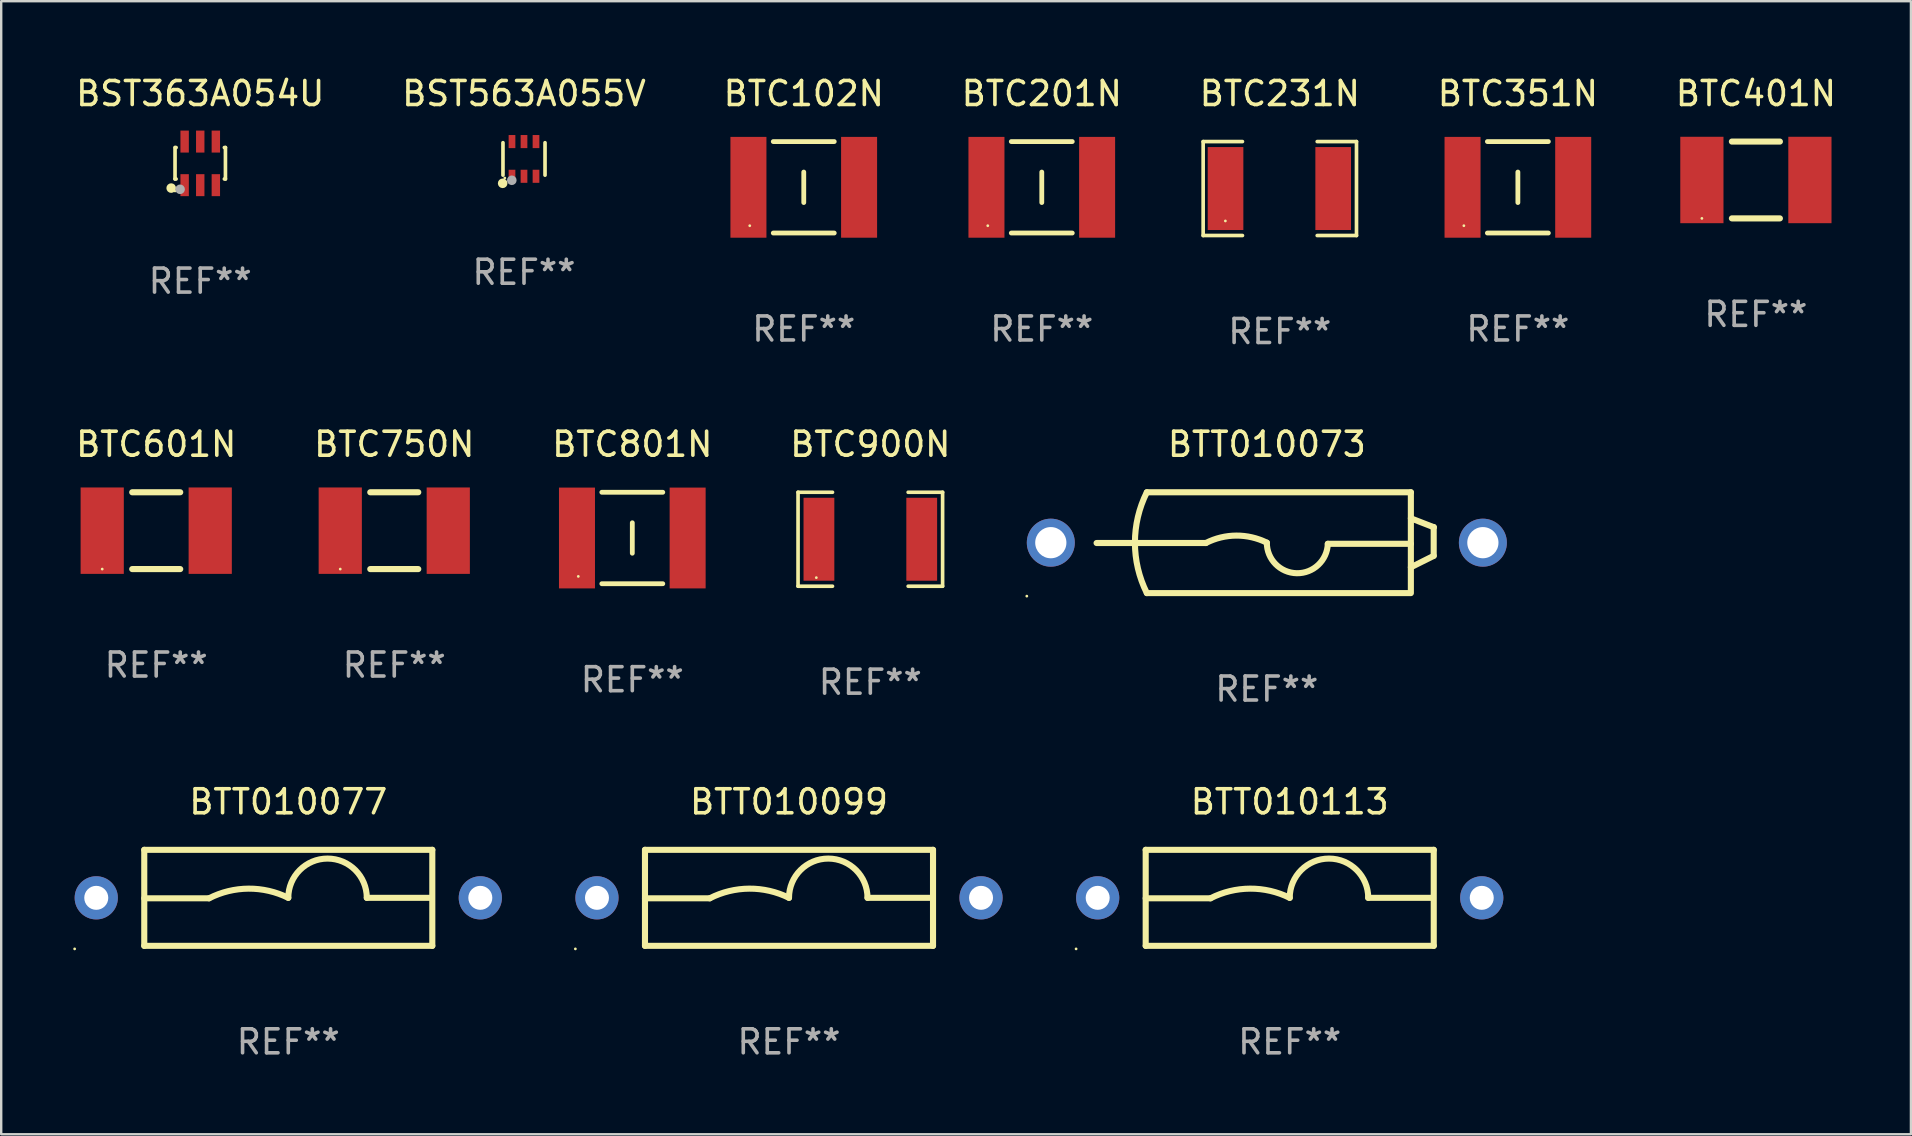
<source format=kicad_pcb>
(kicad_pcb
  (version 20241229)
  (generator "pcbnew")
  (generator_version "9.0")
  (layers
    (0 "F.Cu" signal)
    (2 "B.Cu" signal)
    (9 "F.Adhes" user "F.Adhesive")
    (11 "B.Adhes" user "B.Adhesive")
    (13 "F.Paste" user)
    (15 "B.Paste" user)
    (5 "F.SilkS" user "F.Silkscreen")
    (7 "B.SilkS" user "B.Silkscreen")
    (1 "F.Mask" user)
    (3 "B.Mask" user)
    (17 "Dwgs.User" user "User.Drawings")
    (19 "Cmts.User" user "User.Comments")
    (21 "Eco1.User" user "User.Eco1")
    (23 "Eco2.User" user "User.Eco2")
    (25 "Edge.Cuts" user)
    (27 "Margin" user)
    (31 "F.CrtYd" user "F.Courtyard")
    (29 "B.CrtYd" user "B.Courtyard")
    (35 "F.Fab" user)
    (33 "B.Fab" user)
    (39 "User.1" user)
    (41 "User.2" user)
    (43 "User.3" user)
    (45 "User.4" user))
  (footprint "BTC801N"
    (layer "F.Cu")
    (at 23.292 19.363)
    (property "Reference" "BTC801N" (at 0 -3.905 0) (layer "F.SilkS") (effects (font (size 1 1) (thickness 0.15))))
    (attr through_hole)
    (fp_line (start -1.27 -1.905) (end 1.27 -1.905) (stroke (width 0.2) (type solid)) (layer "F.SilkS"))
    (fp_line (start -1.27 1.905) (end 1.27 1.905) (stroke (width 0.2) (type solid)) (layer "F.SilkS"))
    (fp_line (start 0.000051 -0.635) (end 0.000051 0.635) (stroke (width 0.2) (type solid)) (layer "F.SilkS"))
    (fp_circle (center -2.25 1.6) (end -2.22 1.6) (stroke (width 0.06) (type solid)) (fill no) (layer "F.SilkS"))
    (fp_text user "REF**" (at 0 5.905 0) (layer "F.Fab") (effects (font (size 1 1) (thickness 0.15))))
    (pad "1" smd rect (at -2.305 0) (size 1.5 4.2) (layers "F.Cu" "F.Mask" "F.Paste"))
    (pad "2" smd rect (at 2.305 0) (size 1.5 4.2) (layers "F.Cu" "F.Mask" "F.Paste")))
  (footprint "BST563A055V"
    (layer "F.Cu")
    (at 18.78 3.571)
    (property "Reference" "BST563A055V" (at 0 -2.723 0) (layer "F.SilkS") (effects (font (size 1 1) (thickness 0.15))))
    (attr through_hole)
    (fp_line (start -0.876 0.676) (end -0.876 -0.676) (stroke (width 0.152) (type solid)) (layer "F.SilkS"))
    (fp_line (start 0.876 0.676) (end 0.876 -0.676) (stroke (width 0.152) (type solid)) (layer "F.SilkS"))
    (fp_circle (center -0.889 1.016) (end -0.789 1.016) (stroke (width 0.2) (type solid)) (fill no) (layer "F.SilkS"))
    (fp_circle (center -0.8 0.795) (end -0.77 0.795) (stroke (width 0.06) (type solid)) (fill no) (layer "F.SilkS"))
    (fp_circle (center -0.508 0.889) (end -0.408 0.889) (stroke (width 0.2) (type solid)) (fill no) (layer "F.Fab"))
    (fp_text user "REF**" (at 0 4.723 0) (layer "F.Fab") (effects (font (size 1 1) (thickness 0.15))))
    (pad "1" smd rect (at -0.5 0.723) (size 0.28 0.545) (layers "F.Cu" "F.Mask" "F.Paste"))
    (pad "2" smd rect (at 0 0.723) (size 0.28 0.545) (layers "F.Cu" "F.Mask" "F.Paste"))
    (pad "3" smd rect (at 0.5 0.723) (size 0.28 0.545) (layers "F.Cu" "F.Mask" "F.Paste"))
    (pad "4" smd rect (at 0.5 -0.723) (size 0.28 0.545) (layers "F.Cu" "F.Mask" "F.Paste"))
    (pad "5" smd rect (at 0 -0.723) (size 0.28 0.545) (layers "F.Cu" "F.Mask" "F.Paste"))
    (pad "6" smd rect (at -0.5 -0.723) (size 0.28 0.545) (layers "F.Cu" "F.Mask" "F.Paste")))
  (footprint "BTC102N"
    (layer "F.Cu")
    (at 30.435 4.753)
    (property "Reference" "BTC102N" (at 0 -3.905 0) (layer "F.SilkS") (effects (font (size 1 1) (thickness 0.15))))
    (attr through_hole)
    (fp_line (start -1.27 -1.905) (end 1.27 -1.905) (stroke (width 0.2) (type solid)) (layer "F.SilkS"))
    (fp_line (start -1.27 1.905) (end 1.27 1.905) (stroke (width 0.2) (type solid)) (layer "F.SilkS"))
    (fp_line (start 0.000051 -0.635) (end 0.000051 0.635) (stroke (width 0.2) (type solid)) (layer "F.SilkS"))
    (fp_circle (center -2.25 1.6) (end -2.22 1.6) (stroke (width 0.06) (type solid)) (fill no) (layer "F.SilkS"))
    (fp_text user "REF**" (at 0 5.905 0) (layer "F.Fab") (effects (font (size 1 1) (thickness 0.15))))
    (pad "1" smd rect (at -2.305 0) (size 1.5 4.2) (layers "F.Cu" "F.Mask" "F.Paste"))
    (pad "2" smd rect (at 2.305 0) (size 1.5 4.2) (layers "F.Cu" "F.Mask" "F.Paste")))
  (footprint "BTT010077"
    (layer "F.Cu")
    (at 8.96 34.354)
    (property "Reference" "BTT010077" (at 0 -4 0) (layer "F.SilkS") (effects (font (size 1 1) (thickness 0.15))))
    (attr through_hole)
    (fp_line (start -6 -2) (end 6 -2) (stroke (width 0.254) (type solid)) (layer "F.SilkS"))
    (fp_line (start -6 0.02) (end -3.302 0.02) (stroke (width 0.254) (type solid)) (layer "F.SilkS"))
    (fp_line (start -6 2) (end -6 -2) (stroke (width 0.254) (type solid)) (layer "F.SilkS"))
    (fp_line (start 5.969 0) (end 3.271 0) (stroke (width 0.254) (type solid)) (layer "F.SilkS"))
    (fp_line (start 6 -2) (end 6 2) (stroke (width 0.254) (type solid)) (layer "F.SilkS"))
    (fp_line (start 6 2) (end -6 2) (stroke (width 0.254) (type solid)) (layer "F.SilkS"))
    (fp_arc (start -3.302007 0.020218) (mid -1.653409 -0.382715) (end 0 0) (stroke (width 0.254001) (type solid)) (layer "F.SilkS"))
    (fp_arc (start 0.000001 0) (mid 1.635497 -1.634823) (end 3.270993 0) (stroke (width 0.254001) (type solid)) (layer "F.SilkS"))
    (fp_circle (center -8.9 2.127) (end -8.87 2.127) (stroke (width 0.06) (type solid)) (fill no) (layer "F.SilkS"))
    (fp_text user "REF**" (at 0 6 0) (layer "F.Fab") (effects (font (size 1 1) (thickness 0.15))))
    (pad "1" thru_hole circle (at -8 0) (size 1.8 1.8) (drill 1) (layers "*.Cu" "*.Mask"))
    (pad "2" thru_hole circle (at 8 0) (size 1.8 1.8) (drill 1) (layers "*.Cu" "*.Mask")))
  (footprint "BTC231N"
    (layer "F.Cu")
    (at 50.268 4.805)
    (property "Reference" "BTC231N" (at 0 -3.957 0) (layer "F.SilkS") (effects (font (size 1 1) (thickness 0.15))))
    (attr through_hole)
    (fp_line (start -3.194 -1.957) (end -3.194 1.957) (stroke (width 0.152) (type solid)) (layer "F.SilkS"))
    (fp_line (start -3.194 1.957) (end -1.557 1.957) (stroke (width 0.152) (type solid)) (layer "F.SilkS"))
    (fp_line (start -1.557 -1.957) (end -3.194 -1.957) (stroke (width 0.152) (type solid)) (layer "F.SilkS"))
    (fp_line (start 1.557 1.957) (end 3.194 1.957) (stroke (width 0.152) (type solid)) (layer "F.SilkS"))
    (fp_line (start 3.194 -1.957) (end 1.557 -1.957) (stroke (width 0.152) (type solid)) (layer "F.SilkS"))
    (fp_line (start 3.194 1.957) (end 3.194 -1.957) (stroke (width 0.152) (type solid)) (layer "F.SilkS"))
    (fp_circle (center -2.269 1.35) (end -2.239 1.35) (stroke (width 0.06) (type solid)) (fill no) (layer "F.SilkS"))
    (fp_text user "REF**" (at 0 5.957 0) (layer "F.Fab") (effects (font (size 1 1) (thickness 0.15))))
    (pad "1" smd rect (at -2.262 0) (size 1.485 3.456) (layers "F.Cu" "F.Mask" "F.Paste"))
    (pad "2" smd rect (at 2.223 0) (size 1.485 3.456) (layers "F.Cu" "F.Mask" "F.Paste")))
  (footprint "BTT010113"
    (layer "F.Cu")
    (at 50.68 34.354)
    (property "Reference" "BTT010113" (at 0 -4 0) (layer "F.SilkS") (effects (font (size 1 1) (thickness 0.15))))
    (attr through_hole)
    (fp_line (start -6 -2) (end 6 -2) (stroke (width 0.254) (type solid)) (layer "F.SilkS"))
    (fp_line (start -6 0.02) (end -3.302 0.02) (stroke (width 0.254) (type solid)) (layer "F.SilkS"))
    (fp_line (start -6 2) (end -6 -2) (stroke (width 0.254) (type solid)) (layer "F.SilkS"))
    (fp_line (start 5.969 0) (end 3.271 0) (stroke (width 0.254) (type solid)) (layer "F.SilkS"))
    (fp_line (start 6 -2) (end 6 2) (stroke (width 0.254) (type solid)) (layer "F.SilkS"))
    (fp_line (start 6 2) (end -6 2) (stroke (width 0.254) (type solid)) (layer "F.SilkS"))
    (fp_arc (start -3.302007 0.020218) (mid -1.653409 -0.382715) (end 0 0) (stroke (width 0.254001) (type solid)) (layer "F.SilkS"))
    (fp_arc (start 0.000001 0) (mid 1.635497 -1.634823) (end 3.270993 0) (stroke (width 0.254001) (type solid)) (layer "F.SilkS"))
    (fp_circle (center -8.9 2.127) (end -8.87 2.127) (stroke (width 0.06) (type solid)) (fill no) (layer "F.SilkS"))
    (fp_text user "REF**" (at 0 6 0) (layer "F.Fab") (effects (font (size 1 1) (thickness 0.15))))
    (pad "1" thru_hole circle (at -8 0) (size 1.8 1.8) (drill 1) (layers "*.Cu" "*.Mask"))
    (pad "2" thru_hole circle (at 8 0) (size 1.8 1.8) (drill 1) (layers "*.Cu" "*.Mask")))
  (footprint "BTT010073"
    (layer "F.Cu")
    (at 49.727 19.558)
    (property "Reference" "BTT010073" (at 0 -4.1 0) (layer "F.SilkS") (effects (font (size 1 1) (thickness 0.15))))
    (attr through_hole)
    (fp_line (start -7.093 0.014) (end -2.54 0.014) (stroke (width 0.254) (type solid)) (layer "F.SilkS"))
    (fp_line (start -5 -2.1) (end 6 -2.1) (stroke (width 0.254) (type solid)) (layer "F.SilkS"))
    (fp_line (start -5 2.1) (end 5.961 2.1) (stroke (width 0.254) (type solid)) (layer "F.SilkS"))
    (fp_line (start 6 -2.1) (end 6 2.1) (stroke (width 0.254) (type solid)) (layer "F.SilkS"))
    (fp_line (start 6 -1.015) (end 6.951 -0.645) (stroke (width 0.254) (type solid)) (layer "F.SilkS"))
    (fp_line (start 6 0.047) (end 2.54 0.047) (stroke (width 0.254) (type solid)) (layer "F.SilkS"))
    (fp_line (start 6.951 -0.645) (end 6.951 0.549) (stroke (width 0.254) (type solid)) (layer "F.SilkS"))
    (fp_line (start 6.951 -0.645) (end 6.951 -0.643) (stroke (width 0.254) (type solid)) (layer "F.SilkS"))
    (fp_line (start 6.951 0.549) (end 6 1.025) (stroke (width 0.254) (type solid)) (layer "F.SilkS"))
    (fp_arc (start -4.99911 2.100559) (mid -5.495224 0.000372) (end -5 -2.100025) (stroke (width 0.254001) (type solid)) (layer "F.SilkS"))
    (fp_arc (start -2.540005 0.013843) (mid -1.271652 -0.295095) (end 0 -0.000026) (stroke (width 0.254001) (type solid)) (layer "F.SilkS"))
    (fp_arc (start 2.540005 0.047092) (mid 1.24669 1.270165) (end -0.000381 -0.000026) (stroke (width 0.254001) (type solid)) (layer "F.SilkS"))
    (fp_circle (center -10 2.227) (end -9.97 2.227) (stroke (width 0.06) (type solid)) (fill no) (layer "F.SilkS"))
    (fp_text user "REF**" (at 0 6.1 0) (layer "F.Fab") (effects (font (size 1 1) (thickness 0.15))))
    (pad "1" thru_hole circle (at -9 -0.000025) (size 2 2) (drill 1.3) (layers "*.Cu" "*.Mask"))
    (pad "2" thru_hole circle (at 9 -0.000025) (size 2 2) (drill 1.3) (layers "*.Cu" "*.Mask")))
  (footprint "BTC900N"
    (layer "F.Cu")
    (at 33.208 19.415)
    (property "Reference" "BTC900N" (at 0 -3.957 0) (layer "F.SilkS") (effects (font (size 1 1) (thickness 0.15))))
    (attr through_hole)
    (fp_line (start -3.011 -1.957) (end -1.576 -1.957) (stroke (width 0.152) (type solid)) (layer "F.SilkS"))
    (fp_line (start -3.011 1.957) (end -3.011 -1.957) (stroke (width 0.152) (type solid)) (layer "F.SilkS"))
    (fp_line (start -1.576 1.957) (end -3.011 1.957) (stroke (width 0.152) (type solid)) (layer "F.SilkS"))
    (fp_line (start 1.576 1.957) (end 3.011 1.957) (stroke (width 0.152) (type solid)) (layer "F.SilkS"))
    (fp_line (start 3.011 -1.957) (end 1.576 -1.957) (stroke (width 0.152) (type solid)) (layer "F.SilkS"))
    (fp_line (start 3.011 1.957) (end 3.011 -1.957) (stroke (width 0.152) (type solid)) (layer "F.SilkS"))
    (fp_circle (center -2.25 1.6) (end -2.22 1.6) (stroke (width 0.06) (type solid)) (fill no) (layer "F.SilkS"))
    (fp_text user "REF**" (at 0 5.957 0) (layer "F.Fab") (effects (font (size 1 1) (thickness 0.15))))
    (pad "1" smd rect (at -2.141 0) (size 1.283 3.456) (layers "F.Cu" "F.Mask" "F.Paste"))
    (pad "2" smd rect (at 2.141 0) (size 1.283 3.456) (layers "F.Cu" "F.Mask" "F.Paste")))
  (footprint "BTC351N"
    (layer "F.Cu")
    (at 60.185 4.753)
    (property "Reference" "BTC351N" (at 0 -3.905 0) (layer "F.SilkS") (effects (font (size 1 1) (thickness 0.15))))
    (attr through_hole)
    (fp_line (start -1.27 -1.905) (end 1.27 -1.905) (stroke (width 0.2) (type solid)) (layer "F.SilkS"))
    (fp_line (start -1.27 1.905) (end 1.27 1.905) (stroke (width 0.2) (type solid)) (layer "F.SilkS"))
    (fp_line (start 0.000051 -0.635) (end 0.000051 0.635) (stroke (width 0.2) (type solid)) (layer "F.SilkS"))
    (fp_circle (center -2.25 1.6) (end -2.22 1.6) (stroke (width 0.06) (type solid)) (fill no) (layer "F.SilkS"))
    (fp_text user "REF**" (at 0 5.905 0) (layer "F.Fab") (effects (font (size 1 1) (thickness 0.15))))
    (pad "1" smd rect (at -2.305 0) (size 1.5 4.2) (layers "F.Cu" "F.Mask" "F.Paste"))
    (pad "2" smd rect (at 2.305 0) (size 1.5 4.2) (layers "F.Cu" "F.Mask" "F.Paste")))
  (footprint "BST363A054U"
    (layer "F.Cu")
    (at 5.292 3.756)
    (property "Reference" "BST363A054U" (at 0 -2.908 0) (layer "F.SilkS") (effects (font (size 1 1) (thickness 0.15))))
    (attr through_hole)
    (fp_line (start -1.05 -0.66) (end -1.05 0.65) (stroke (width 0.152) (type solid)) (layer "F.SilkS"))
    (fp_line (start -1.05 0.65) (end -1.005 0.65) (stroke (width 0.152) (type solid)) (layer "F.SilkS"))
    (fp_line (start -1.005 -0.66) (end -1.04 -0.66) (stroke (width 0.152) (type solid)) (layer "F.SilkS"))
    (fp_line (start 1.005 0.65) (end 1.05 0.65) (stroke (width 0.152) (type solid)) (layer "F.SilkS"))
    (fp_line (start 1.05 -0.66) (end 1.005 -0.66) (stroke (width 0.152) (type solid)) (layer "F.SilkS"))
    (fp_line (start 1.05 0.65) (end 1.05 -0.66) (stroke (width 0.152) (type solid)) (layer "F.SilkS"))
    (fp_circle (center -1.21 1.03) (end -1.11 1.03) (stroke (width 0.2) (type solid)) (fill no) (layer "F.SilkS"))
    (fp_circle (center -1.05 1.15) (end -1.02 1.15) (stroke (width 0.06) (type solid)) (fill no) (layer "F.SilkS"))
    (fp_circle (center -0.84 1.08) (end -0.74 1.08) (stroke (width 0.2) (type solid)) (fill no) (layer "F.Fab"))
    (fp_text user "REF**" (at 0 4.908 0) (layer "F.Fab") (effects (font (size 1 1) (thickness 0.15))))
    (pad "1" smd rect (at -0.65 0.908) (size 0.35 0.916) (layers "F.Cu" "F.Mask" "F.Paste"))
    (pad "2" smd rect (at -0.000013 0.908) (size 0.35 0.916) (layers "F.Cu" "F.Mask" "F.Paste"))
    (pad "3" smd rect (at 0.65 0.908) (size 0.35 0.916) (layers "F.Cu" "F.Mask" "F.Paste"))
    (pad "4" smd rect (at 0.65 -0.908) (size 0.35 0.916) (layers "F.Cu" "F.Mask" "F.Paste"))
    (pad "5" smd rect (at -0.000013 -0.908) (size 0.35 0.916) (layers "F.Cu" "F.Mask" "F.Paste"))
    (pad "6" smd rect (at -0.65 -0.908) (size 0.35 0.916) (layers "F.Cu" "F.Mask" "F.Paste")))
  (footprint "BTT010099"
    (layer "F.Cu")
    (at 29.82 34.354)
    (property "Reference" "BTT010099" (at 0 -4 0) (layer "F.SilkS") (effects (font (size 1 1) (thickness 0.15))))
    (attr through_hole)
    (fp_line (start -6 -2) (end 6 -2) (stroke (width 0.254) (type solid)) (layer "F.SilkS"))
    (fp_line (start -6 0.02) (end -3.302 0.02) (stroke (width 0.254) (type solid)) (layer "F.SilkS"))
    (fp_line (start -6 2) (end -6 -2) (stroke (width 0.254) (type solid)) (layer "F.SilkS"))
    (fp_line (start 5.969 0) (end 3.271 0) (stroke (width 0.254) (type solid)) (layer "F.SilkS"))
    (fp_line (start 6 -2) (end 6 2) (stroke (width 0.254) (type solid)) (layer "F.SilkS"))
    (fp_line (start 6 2) (end -6 2) (stroke (width 0.254) (type solid)) (layer "F.SilkS"))
    (fp_arc (start -3.302007 0.020218) (mid -1.653409 -0.382715) (end 0 0) (stroke (width 0.254001) (type solid)) (layer "F.SilkS"))
    (fp_arc (start 0.000001 0) (mid 1.635497 -1.634823) (end 3.270993 0) (stroke (width 0.254001) (type solid)) (layer "F.SilkS"))
    (fp_circle (center -8.9 2.127) (end -8.87 2.127) (stroke (width 0.06) (type solid)) (fill no) (layer "F.SilkS"))
    (fp_text user "REF**" (at 0 6 0) (layer "F.Fab") (effects (font (size 1 1) (thickness 0.15))))
    (pad "1" thru_hole circle (at -8 0) (size 1.8 1.8) (drill 1) (layers "*.Cu" "*.Mask"))
    (pad "2" thru_hole circle (at 8 0) (size 1.8 1.8) (drill 1) (layers "*.Cu" "*.Mask")))
  (footprint "BTC601N"
    (layer "F.Cu")
    (at 3.458 19.058)
    (property "Reference" "BTC601N" (at 0 -3.6 0) (layer "F.SilkS") (effects (font (size 1 1) (thickness 0.15))))
    (attr through_hole)
    (fp_line (start -1 -1.6) (end 1 -1.6) (stroke (width 0.254) (type solid)) (layer "F.SilkS"))
    (fp_line (start 1 1.6) (end -1 1.6) (stroke (width 0.254) (type solid)) (layer "F.SilkS"))
    (fp_circle (center -2.25 1.6) (end -2.22 1.6) (stroke (width 0.06) (type solid)) (fill no) (layer "F.SilkS"))
    (fp_text user "REF**" (at 0 5.6 0) (layer "F.Fab") (effects (font (size 1 1) (thickness 0.15))))
    (pad "1" smd rect (at -2.25 0) (size 1.8 3.6) (layers "F.Cu" "F.Mask" "F.Paste"))
    (pad "2" smd rect (at 2.25 0) (size 1.8 3.6) (layers "F.Cu" "F.Mask" "F.Paste")))
  (footprint "BTC201N"
    (layer "F.Cu")
    (at 40.351 4.753)
    (property "Reference" "BTC201N" (at 0 -3.905 0) (layer "F.SilkS") (effects (font (size 1 1) (thickness 0.15))))
    (attr through_hole)
    (fp_line (start -1.27 -1.905) (end 1.27 -1.905) (stroke (width 0.2) (type solid)) (layer "F.SilkS"))
    (fp_line (start -1.27 1.905) (end 1.27 1.905) (stroke (width 0.2) (type solid)) (layer "F.SilkS"))
    (fp_line (start 0.000051 -0.635) (end 0.000051 0.635) (stroke (width 0.2) (type solid)) (layer "F.SilkS"))
    (fp_circle (center -2.25 1.6) (end -2.22 1.6) (stroke (width 0.06) (type solid)) (fill no) (layer "F.SilkS"))
    (fp_text user "REF**" (at 0 5.905 0) (layer "F.Fab") (effects (font (size 1 1) (thickness 0.15))))
    (pad "1" smd rect (at -2.305 0) (size 1.5 4.2) (layers "F.Cu" "F.Mask" "F.Paste"))
    (pad "2" smd rect (at 2.305 0) (size 1.5 4.2) (layers "F.Cu" "F.Mask" "F.Paste")))
  (footprint "BTC401N"
    (layer "F.Cu")
    (at 70.101 4.448)
    (property "Reference" "BTC401N" (at 0 -3.6 0) (layer "F.SilkS") (effects (font (size 1 1) (thickness 0.15))))
    (attr through_hole)
    (fp_line (start -1 -1.6) (end 1 -1.6) (stroke (width 0.254) (type solid)) (layer "F.SilkS"))
    (fp_line (start 1 1.6) (end -1 1.6) (stroke (width 0.254) (type solid)) (layer "F.SilkS"))
    (fp_circle (center -2.25 1.6) (end -2.22 1.6) (stroke (width 0.06) (type solid)) (fill no) (layer "F.SilkS"))
    (fp_text user "REF**" (at 0 5.6 0) (layer "F.Fab") (effects (font (size 1 1) (thickness 0.15))))
    (pad "1" smd rect (at -2.25 0) (size 1.8 3.6) (layers "F.Cu" "F.Mask" "F.Paste"))
    (pad "2" smd rect (at 2.25 0) (size 1.8 3.6) (layers "F.Cu" "F.Mask" "F.Paste")))
  (footprint "BTC750N"
    (layer "F.Cu")
    (at 13.375 19.058)
    (property "Reference" "BTC750N" (at 0 -3.6 0) (layer "F.SilkS") (effects (font (size 1 1) (thickness 0.15))))
    (attr through_hole)
    (fp_line (start -1 -1.6) (end 1 -1.6) (stroke (width 0.254) (type solid)) (layer "F.SilkS"))
    (fp_line (start 1 1.6) (end -1 1.6) (stroke (width 0.254) (type solid)) (layer "F.SilkS"))
    (fp_circle (center -2.25 1.6) (end -2.22 1.6) (stroke (width 0.06) (type solid)) (fill no) (layer "F.SilkS"))
    (fp_text user "REF**" (at 0 5.6 0) (layer "F.Fab") (effects (font (size 1 1) (thickness 0.15))))
    (pad "1" smd rect (at -2.25 0) (size 1.8 3.6) (layers "F.Cu" "F.Mask" "F.Paste"))
    (pad "2" smd rect (at 2.25 0) (size 1.8 3.6) (layers "F.Cu" "F.Mask" "F.Paste")))
  (gr_rect
    (start -3 -3)
    (end 76.56 44.203)
    (stroke (width 0.1) (type default))
    (fill no)
    (layer "Edge.Cuts")))
</source>
